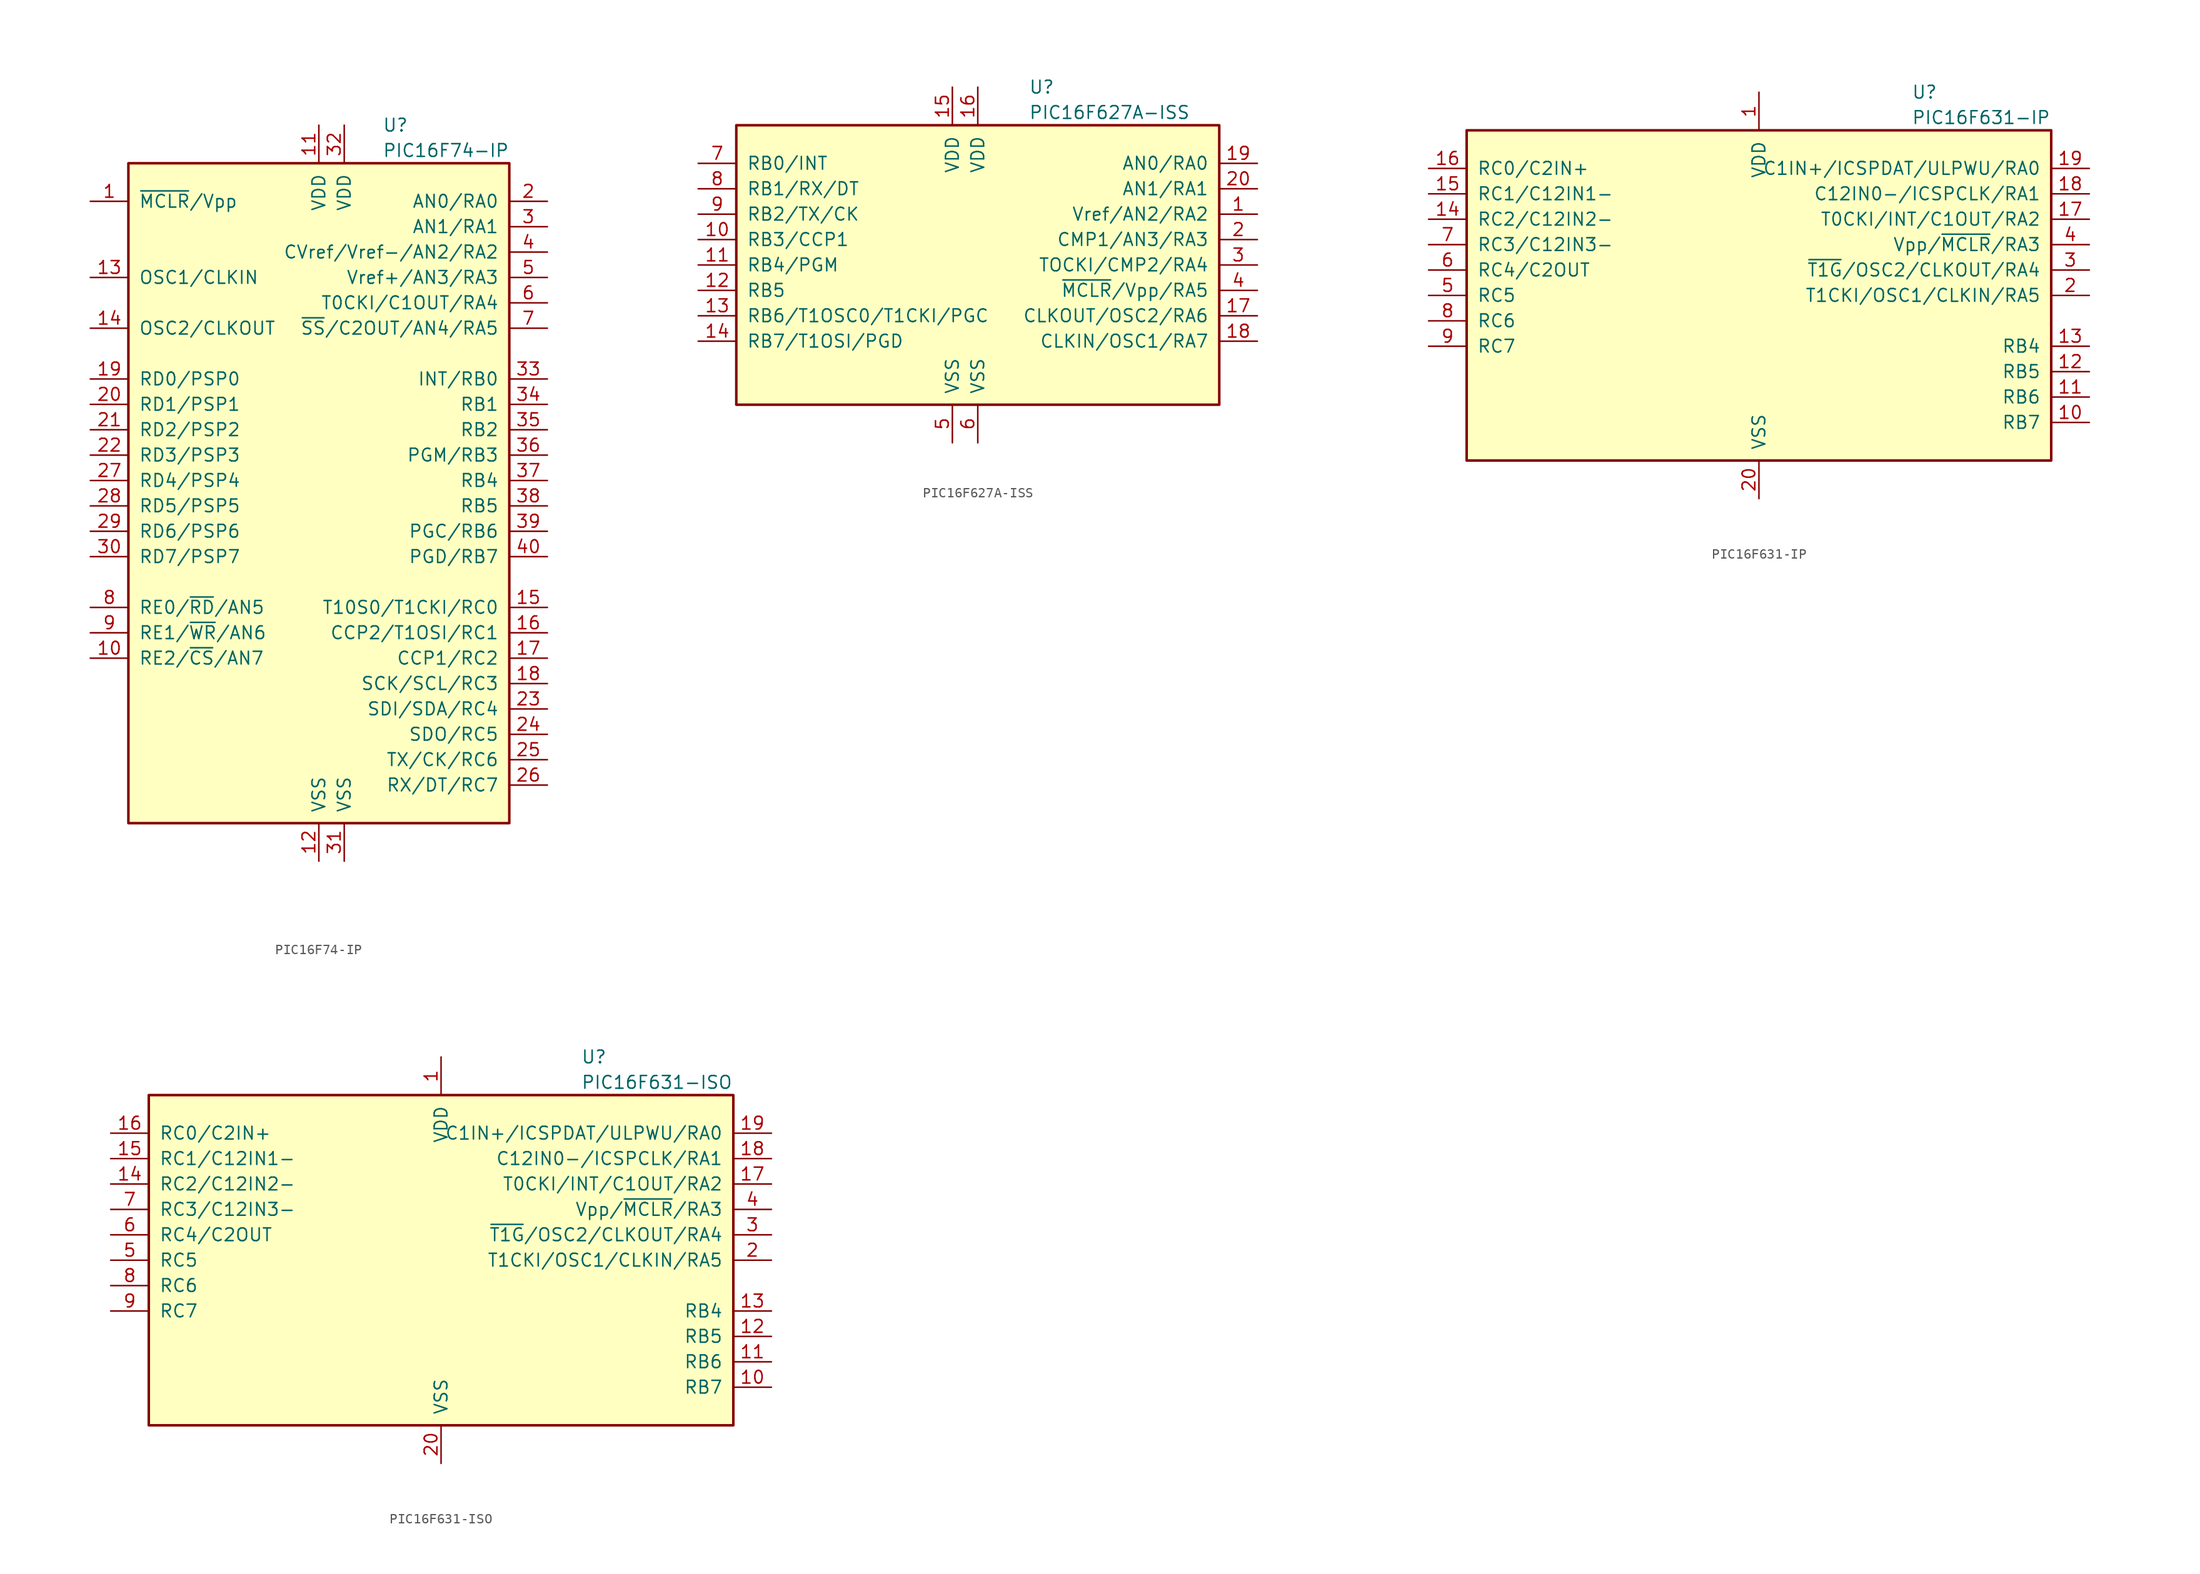
<source format=kicad_sym>
(kicad_symbol_lib
  (version 20241209)
  (generator "kicad_symbol_editor")
  (generator_version "9.0")
  (symbol "PIC16F74-IP"
    (pin_names
      (offset 1.016))
    (property "Reference" "U"
      (at 6.35 35.56 0)
      (effects (font (size 1.27 1.27)) (justify left)))
    (property "Value" "PIC16F74-IP"
      (at 6.35 33.02 0)
      (effects (font (size 1.27 1.27)) (justify left)))
    (symbol "PIC16F74-IP_0_1"
      (rectangle (start -19.05 -34.29) (end 19.05 31.75) (stroke (width 0.254) (type default)) (fill (type background))))
    (symbol "PIC16F74-IP_1_1"
      (pin input line (at -22.86 27.94 0) (length 3.81) (name "~{MCLR}/Vpp" (effects (font (size 1.27 1.27)))) (number "1" (effects (font (size 1.27 1.27)))))
      (pin input line (at -22.86 20.32 0) (length 3.81) (name "OSC1/CLKIN" (effects (font (size 1.27 1.27)))) (number "13" (effects (font (size 1.27 1.27)))))
      (pin output line (at -22.86 15.24 0) (length 3.81) (name "OSC2/CLKOUT" (effects (font (size 1.27 1.27)))) (number "14" (effects (font (size 1.27 1.27)))))
      (pin bidirectional line (at -22.86 10.16 0) (length 3.81) (name "RD0/PSP0" (effects (font (size 1.27 1.27)))) (number "19" (effects (font (size 1.27 1.27)))))
      (pin bidirectional line (at -22.86 7.62 0) (length 3.81) (name "RD1/PSP1" (effects (font (size 1.27 1.27)))) (number "20" (effects (font (size 1.27 1.27)))))
      (pin bidirectional line (at -22.86 5.08 0) (length 3.81) (name "RD2/PSP2" (effects (font (size 1.27 1.27)))) (number "21" (effects (font (size 1.27 1.27)))))
      (pin bidirectional line (at -22.86 2.54 0) (length 3.81) (name "RD3/PSP3" (effects (font (size 1.27 1.27)))) (number "22" (effects (font (size 1.27 1.27)))))
      (pin bidirectional line (at -22.86 0 0) (length 3.81) (name "RD4/PSP4" (effects (font (size 1.27 1.27)))) (number "27" (effects (font (size 1.27 1.27)))))
      (pin bidirectional line (at -22.86 -2.54 0) (length 3.81) (name "RD5/PSP5" (effects (font (size 1.27 1.27)))) (number "28" (effects (font (size 1.27 1.27)))))
      (pin bidirectional line (at -22.86 -5.08 0) (length 3.81) (name "RD6/PSP6" (effects (font (size 1.27 1.27)))) (number "29" (effects (font (size 1.27 1.27)))))
      (pin bidirectional line (at -22.86 -7.62 0) (length 3.81) (name "RD7/PSP7" (effects (font (size 1.27 1.27)))) (number "30" (effects (font (size 1.27 1.27)))))
      (pin bidirectional line (at -22.86 -12.7 0) (length 3.81) (name "RE0/~{RD}/AN5" (effects (font (size 1.27 1.27)))) (number "8" (effects (font (size 1.27 1.27)))))
      (pin bidirectional line (at -22.86 -15.24 0) (length 3.81) (name "RE1/~{WR}/AN6" (effects (font (size 1.27 1.27)))) (number "9" (effects (font (size 1.27 1.27)))))
      (pin bidirectional line (at -22.86 -17.78 0) (length 3.81) (name "RE2/~{CS}/AN7" (effects (font (size 1.27 1.27)))) (number "10" (effects (font (size 1.27 1.27)))))
      (pin power_in line (at 0 35.56 270) (length 3.81) (name "VDD" (effects (font (size 1.27 1.27)))) (number "11" (effects (font (size 1.27 1.27)))))
      (pin power_in line (at 0 -38.1 90) (length 3.81) (name "VSS" (effects (font (size 1.27 1.27)))) (number "12" (effects (font (size 1.27 1.27)))))
      (pin power_in line (at 2.54 35.56 270) (length 3.81) (name "VDD" (effects (font (size 1.27 1.27)))) (number "32" (effects (font (size 1.27 1.27)))))
      (pin power_in line (at 2.54 -38.1 90) (length 3.81) (name "VSS" (effects (font (size 1.27 1.27)))) (number "31" (effects (font (size 1.27 1.27)))))
      (pin bidirectional line (at 22.86 27.94 180) (length 3.81) (name "AN0/RA0" (effects (font (size 1.27 1.27)))) (number "2" (effects (font (size 1.27 1.27)))))
      (pin bidirectional line (at 22.86 25.4 180) (length 3.81) (name "AN1/RA1" (effects (font (size 1.27 1.27)))) (number "3" (effects (font (size 1.27 1.27)))))
      (pin bidirectional line (at 22.86 22.86 180) (length 3.81) (name "CVref/Vref-/AN2/RA2" (effects (font (size 1.27 1.27)))) (number "4" (effects (font (size 1.27 1.27)))))
      (pin bidirectional line (at 22.86 20.32 180) (length 3.81) (name "Vref+/AN3/RA3" (effects (font (size 1.27 1.27)))) (number "5" (effects (font (size 1.27 1.27)))))
      (pin bidirectional line (at 22.86 17.78 180) (length 3.81) (name "T0CKI/C1OUT/RA4" (effects (font (size 1.27 1.27)))) (number "6" (effects (font (size 1.27 1.27)))))
      (pin bidirectional line (at 22.86 15.24 180) (length 3.81) (name "~{SS}/C2OUT/AN4/RA5" (effects (font (size 1.27 1.27)))) (number "7" (effects (font (size 1.27 1.27)))))
      (pin bidirectional line (at 22.86 10.16 180) (length 3.81) (name "INT/RB0" (effects (font (size 1.27 1.27)))) (number "33" (effects (font (size 1.27 1.27)))))
      (pin bidirectional line (at 22.86 7.62 180) (length 3.81) (name "RB1" (effects (font (size 1.27 1.27)))) (number "34" (effects (font (size 1.27 1.27)))))
      (pin bidirectional line (at 22.86 5.08 180) (length 3.81) (name "RB2" (effects (font (size 1.27 1.27)))) (number "35" (effects (font (size 1.27 1.27)))))
      (pin bidirectional line (at 22.86 2.54 180) (length 3.81) (name "PGM/RB3" (effects (font (size 1.27 1.27)))) (number "36" (effects (font (size 1.27 1.27)))))
      (pin bidirectional line (at 22.86 0 180) (length 3.81) (name "RB4" (effects (font (size 1.27 1.27)))) (number "37" (effects (font (size 1.27 1.27)))))
      (pin bidirectional line (at 22.86 -2.54 180) (length 3.81) (name "RB5" (effects (font (size 1.27 1.27)))) (number "38" (effects (font (size 1.27 1.27)))))
      (pin bidirectional line (at 22.86 -5.08 180) (length 3.81) (name "PGC/RB6" (effects (font (size 1.27 1.27)))) (number "39" (effects (font (size 1.27 1.27)))))
      (pin bidirectional line (at 22.86 -7.62 180) (length 3.81) (name "PGD/RB7" (effects (font (size 1.27 1.27)))) (number "40" (effects (font (size 1.27 1.27)))))
      (pin bidirectional line (at 22.86 -12.7 180) (length 3.81) (name "T10S0/T1CKI/RC0" (effects (font (size 1.27 1.27)))) (number "15" (effects (font (size 1.27 1.27)))))
      (pin bidirectional line (at 22.86 -15.24 180) (length 3.81) (name "CCP2/T1OSI/RC1" (effects (font (size 1.27 1.27)))) (number "16" (effects (font (size 1.27 1.27)))))
      (pin bidirectional line (at 22.86 -17.78 180) (length 3.81) (name "CCP1/RC2" (effects (font (size 1.27 1.27)))) (number "17" (effects (font (size 1.27 1.27)))))
      (pin bidirectional line (at 22.86 -20.32 180) (length 3.81) (name "SCK/SCL/RC3" (effects (font (size 1.27 1.27)))) (number "18" (effects (font (size 1.27 1.27)))))
      (pin bidirectional line (at 22.86 -22.86 180) (length 3.81) (name "SDI/SDA/RC4" (effects (font (size 1.27 1.27)))) (number "23" (effects (font (size 1.27 1.27)))))
      (pin bidirectional line (at 22.86 -25.4 180) (length 3.81) (name "SDO/RC5" (effects (font (size 1.27 1.27)))) (number "24" (effects (font (size 1.27 1.27)))))
      (pin bidirectional line (at 22.86 -27.94 180) (length 3.81) (name "TX/CK/RC6" (effects (font (size 1.27 1.27)))) (number "25" (effects (font (size 1.27 1.27)))))
      (pin bidirectional line (at 22.86 -30.48 180) (length 3.81) (name "RX/DT/RC7" (effects (font (size 1.27 1.27)))) (number "26" (effects (font (size 1.27 1.27)))))))
  (symbol "PIC16F627A-ISS"
    (pin_names
      (offset 1.016))
    (property "Reference" "U"
      (at 5.08 17.78 0)
      (effects (font (size 1.27 1.27)) (justify left)))
    (property "Value" "PIC16F627A-ISS"
      (at 5.08 15.24 0)
      (effects (font (size 1.27 1.27)) (justify left)))
    (symbol "PIC16F627A-ISS_0_1"
      (rectangle (start 24.13 13.97) (end -24.13 -13.97) (stroke (width 0.254) (type default)) (fill (type background))))
    (symbol "PIC16F627A-ISS_1_1"
      (pin bidirectional line (at -27.94 10.16 0) (length 3.81) (name "RB0/INT" (effects (font (size 1.27 1.27)))) (number "7" (effects (font (size 1.27 1.27)))))
      (pin bidirectional line (at -27.94 7.62 0) (length 3.81) (name "RB1/RX/DT" (effects (font (size 1.27 1.27)))) (number "8" (effects (font (size 1.27 1.27)))))
      (pin bidirectional line (at -27.94 5.08 0) (length 3.81) (name "RB2/TX/CK" (effects (font (size 1.27 1.27)))) (number "9" (effects (font (size 1.27 1.27)))))
      (pin bidirectional line (at -27.94 2.54 0) (length 3.81) (name "RB3/CCP1" (effects (font (size 1.27 1.27)))) (number "10" (effects (font (size 1.27 1.27)))))
      (pin bidirectional line (at -27.94 0 0) (length 3.81) (name "RB4/PGM" (effects (font (size 1.27 1.27)))) (number "11" (effects (font (size 1.27 1.27)))))
      (pin bidirectional line (at -27.94 -2.54 0) (length 3.81) (name "RB5" (effects (font (size 1.27 1.27)))) (number "12" (effects (font (size 1.27 1.27)))))
      (pin bidirectional line (at -27.94 -5.08 0) (length 3.81) (name "RB6/T1OSC0/T1CKI/PGC" (effects (font (size 1.27 1.27)))) (number "13" (effects (font (size 1.27 1.27)))))
      (pin bidirectional line (at -27.94 -7.62 0) (length 3.81) (name "RB7/T1OSI/PGD" (effects (font (size 1.27 1.27)))) (number "14" (effects (font (size 1.27 1.27)))))
      (pin power_in line (at -2.54 17.78 270) (length 3.81) (name "VDD" (effects (font (size 1.27 1.27)))) (number "15" (effects (font (size 1.27 1.27)))))
      (pin power_in line (at -2.54 -17.78 90) (length 3.81) (name "VSS" (effects (font (size 1.27 1.27)))) (number "5" (effects (font (size 1.27 1.27)))))
      (pin power_in line (at 0 17.78 270) (length 3.81) (name "VDD" (effects (font (size 1.27 1.27)))) (number "16" (effects (font (size 1.27 1.27)))))
      (pin power_in line (at 0 -17.78 90) (length 3.81) (name "VSS" (effects (font (size 1.27 1.27)))) (number "6" (effects (font (size 1.27 1.27)))))
      (pin bidirectional line (at 27.94 10.16 180) (length 3.81) (name "AN0/RA0" (effects (font (size 1.27 1.27)))) (number "19" (effects (font (size 1.27 1.27)))))
      (pin bidirectional line (at 27.94 7.62 180) (length 3.81) (name "AN1/RA1" (effects (font (size 1.27 1.27)))) (number "20" (effects (font (size 1.27 1.27)))))
      (pin bidirectional line (at 27.94 5.08 180) (length 3.81) (name "Vref/AN2/RA2" (effects (font (size 1.27 1.27)))) (number "1" (effects (font (size 1.27 1.27)))))
      (pin bidirectional line (at 27.94 2.54 180) (length 3.81) (name "CMP1/AN3/RA3" (effects (font (size 1.27 1.27)))) (number "2" (effects (font (size 1.27 1.27)))))
      (pin bidirectional line (at 27.94 0 180) (length 3.81) (name "TOCKI/CMP2/RA4" (effects (font (size 1.27 1.27)))) (number "3" (effects (font (size 1.27 1.27)))))
      (pin input line (at 27.94 -2.54 180) (length 3.81) (name "~{MCLR}/Vpp/RA5" (effects (font (size 1.27 1.27)))) (number "4" (effects (font (size 1.27 1.27)))))
      (pin bidirectional line (at 27.94 -5.08 180) (length 3.81) (name "CLKOUT/OSC2/RA6" (effects (font (size 1.27 1.27)))) (number "17" (effects (font (size 1.27 1.27)))))
      (pin bidirectional line (at 27.94 -7.62 180) (length 3.81) (name "CLKIN/OSC1/RA7" (effects (font (size 1.27 1.27)))) (number "18" (effects (font (size 1.27 1.27)))))))
  (symbol "PIC16F631-IP"
    (pin_names
      (offset 1.016))
    (property "Reference" "U"
      (at 15.24 20.32 0)
      (effects (font (size 1.27 1.27)) (justify left)))
    (property "Value" "PIC16F631-IP"
      (at 15.24 17.78 0)
      (effects (font (size 1.27 1.27)) (justify left)))
    (symbol "PIC16F631-IP_0_1"
      (rectangle (start -29.21 16.51) (end 29.21 -16.51) (stroke (width 0.254) (type default)) (fill (type background))))
    (symbol "PIC16F631-IP_1_1"
      (pin bidirectional line (at -33.02 12.7 0) (length 3.81) (name "RC0/C2IN+" (effects (font (size 1.27 1.27)))) (number "16" (effects (font (size 1.27 1.27)))))
      (pin bidirectional line (at -33.02 10.16 0) (length 3.81) (name "RC1/C12IN1-" (effects (font (size 1.27 1.27)))) (number "15" (effects (font (size 1.27 1.27)))))
      (pin bidirectional line (at -33.02 7.62 0) (length 3.81) (name "RC2/C12IN2-" (effects (font (size 1.27 1.27)))) (number "14" (effects (font (size 1.27 1.27)))))
      (pin bidirectional line (at -33.02 5.08 0) (length 3.81) (name "RC3/C12IN3-" (effects (font (size 1.27 1.27)))) (number "7" (effects (font (size 1.27 1.27)))))
      (pin bidirectional line (at -33.02 2.54 0) (length 3.81) (name "RC4/C2OUT" (effects (font (size 1.27 1.27)))) (number "6" (effects (font (size 1.27 1.27)))))
      (pin bidirectional line (at -33.02 0 0) (length 3.81) (name "RC5" (effects (font (size 1.27 1.27)))) (number "5" (effects (font (size 1.27 1.27)))))
      (pin bidirectional line (at -33.02 -2.54 0) (length 3.81) (name "RC6" (effects (font (size 1.27 1.27)))) (number "8" (effects (font (size 1.27 1.27)))))
      (pin bidirectional line (at -33.02 -5.08 0) (length 3.81) (name "RC7" (effects (font (size 1.27 1.27)))) (number "9" (effects (font (size 1.27 1.27)))))
      (pin power_in line (at 0 20.32 270) (length 3.81) (name "VDD" (effects (font (size 1.27 1.27)))) (number "1" (effects (font (size 1.27 1.27)))))
      (pin power_in line (at 0 -20.32 90) (length 3.81) (name "VSS" (effects (font (size 1.27 1.27)))) (number "20" (effects (font (size 1.27 1.27)))))
      (pin bidirectional line (at 33.02 12.7 180) (length 3.81) (name "C1IN+/ICSPDAT/ULPWU/RA0" (effects (font (size 1.27 1.27)))) (number "19" (effects (font (size 1.27 1.27)))))
      (pin bidirectional line (at 33.02 10.16 180) (length 3.81) (name "C12IN0-/ICSPCLK/RA1" (effects (font (size 1.27 1.27)))) (number "18" (effects (font (size 1.27 1.27)))))
      (pin bidirectional line (at 33.02 7.62 180) (length 3.81) (name "T0CKI/INT/C1OUT/RA2" (effects (font (size 1.27 1.27)))) (number "17" (effects (font (size 1.27 1.27)))))
      (pin input line (at 33.02 5.08 180) (length 3.81) (name "Vpp/~{MCLR}/RA3" (effects (font (size 1.27 1.27)))) (number "4" (effects (font (size 1.27 1.27)))))
      (pin bidirectional line (at 33.02 2.54 180) (length 3.81) (name "~{T1G}/OSC2/CLKOUT/RA4" (effects (font (size 1.27 1.27)))) (number "3" (effects (font (size 1.27 1.27)))))
      (pin bidirectional line (at 33.02 0 180) (length 3.81) (name "T1CKI/OSC1/CLKIN/RA5" (effects (font (size 1.27 1.27)))) (number "2" (effects (font (size 1.27 1.27)))))
      (pin bidirectional line (at 33.02 -5.08 180) (length 3.81) (name "RB4" (effects (font (size 1.27 1.27)))) (number "13" (effects (font (size 1.27 1.27)))))
      (pin bidirectional line (at 33.02 -7.62 180) (length 3.81) (name "RB5" (effects (font (size 1.27 1.27)))) (number "12" (effects (font (size 1.27 1.27)))))
      (pin bidirectional line (at 33.02 -10.16 180) (length 3.81) (name "RB6" (effects (font (size 1.27 1.27)))) (number "11" (effects (font (size 1.27 1.27)))))
      (pin bidirectional line (at 33.02 -12.7 180) (length 3.81) (name "RB7" (effects (font (size 1.27 1.27)))) (number "10" (effects (font (size 1.27 1.27)))))))
  (symbol "PIC16F631-ISO"
    (pin_names
      (offset 1.016))
    (property "Reference" "U"
      (at 13.97 20.32 0)
      (effects (font (size 1.27 1.27)) (justify left)))
    (property "Value" "PIC16F631-ISO"
      (at 13.97 17.78 0)
      (effects (font (size 1.27 1.27)) (justify left)))
    (symbol "PIC16F631-ISO_0_1"
      (rectangle (start -29.21 16.51) (end 29.21 -16.51) (stroke (width 0.254) (type default)) (fill (type background))))
    (symbol "PIC16F631-ISO_1_1"
      (pin bidirectional line (at -33.02 12.7 0) (length 3.81) (name "RC0/C2IN+" (effects (font (size 1.27 1.27)))) (number "16" (effects (font (size 1.27 1.27)))))
      (pin bidirectional line (at -33.02 10.16 0) (length 3.81) (name "RC1/C12IN1-" (effects (font (size 1.27 1.27)))) (number "15" (effects (font (size 1.27 1.27)))))
      (pin bidirectional line (at -33.02 7.62 0) (length 3.81) (name "RC2/C12IN2-" (effects (font (size 1.27 1.27)))) (number "14" (effects (font (size 1.27 1.27)))))
      (pin bidirectional line (at -33.02 5.08 0) (length 3.81) (name "RC3/C12IN3-" (effects (font (size 1.27 1.27)))) (number "7" (effects (font (size 1.27 1.27)))))
      (pin bidirectional line (at -33.02 2.54 0) (length 3.81) (name "RC4/C2OUT" (effects (font (size 1.27 1.27)))) (number "6" (effects (font (size 1.27 1.27)))))
      (pin bidirectional line (at -33.02 0 0) (length 3.81) (name "RC5" (effects (font (size 1.27 1.27)))) (number "5" (effects (font (size 1.27 1.27)))))
      (pin bidirectional line (at -33.02 -2.54 0) (length 3.81) (name "RC6" (effects (font (size 1.27 1.27)))) (number "8" (effects (font (size 1.27 1.27)))))
      (pin bidirectional line (at -33.02 -5.08 0) (length 3.81) (name "RC7" (effects (font (size 1.27 1.27)))) (number "9" (effects (font (size 1.27 1.27)))))
      (pin power_in line (at 0 20.32 270) (length 3.81) (name "VDD" (effects (font (size 1.27 1.27)))) (number "1" (effects (font (size 1.27 1.27)))))
      (pin power_in line (at 0 -20.32 90) (length 3.81) (name "VSS" (effects (font (size 1.27 1.27)))) (number "20" (effects (font (size 1.27 1.27)))))
      (pin bidirectional line (at 33.02 12.7 180) (length 3.81) (name "C1IN+/ICSPDAT/ULPWU/RA0" (effects (font (size 1.27 1.27)))) (number "19" (effects (font (size 1.27 1.27)))))
      (pin bidirectional line (at 33.02 10.16 180) (length 3.81) (name "C12IN0-/ICSPCLK/RA1" (effects (font (size 1.27 1.27)))) (number "18" (effects (font (size 1.27 1.27)))))
      (pin bidirectional line (at 33.02 7.62 180) (length 3.81) (name "T0CKI/INT/C1OUT/RA2" (effects (font (size 1.27 1.27)))) (number "17" (effects (font (size 1.27 1.27)))))
      (pin input line (at 33.02 5.08 180) (length 3.81) (name "Vpp/~{MCLR}/RA3" (effects (font (size 1.27 1.27)))) (number "4" (effects (font (size 1.27 1.27)))))
      (pin bidirectional line (at 33.02 2.54 180) (length 3.81) (name "~{T1G}/OSC2/CLKOUT/RA4" (effects (font (size 1.27 1.27)))) (number "3" (effects (font (size 1.27 1.27)))))
      (pin bidirectional line (at 33.02 0 180) (length 3.81) (name "T1CKI/OSC1/CLKIN/RA5" (effects (font (size 1.27 1.27)))) (number "2" (effects (font (size 1.27 1.27)))))
      (pin bidirectional line (at 33.02 -5.08 180) (length 3.81) (name "RB4" (effects (font (size 1.27 1.27)))) (number "13" (effects (font (size 1.27 1.27)))))
      (pin bidirectional line (at 33.02 -7.62 180) (length 3.81) (name "RB5" (effects (font (size 1.27 1.27)))) (number "12" (effects (font (size 1.27 1.27)))))
      (pin bidirectional line (at 33.02 -10.16 180) (length 3.81) (name "RB6" (effects (font (size 1.27 1.27)))) (number "11" (effects (font (size 1.27 1.27)))))
      (pin bidirectional line (at 33.02 -12.7 180) (length 3.81) (name "RB7" (effects (font (size 1.27 1.27)))) (number "10" (effects (font (size 1.27 1.27))))))))
</source>
